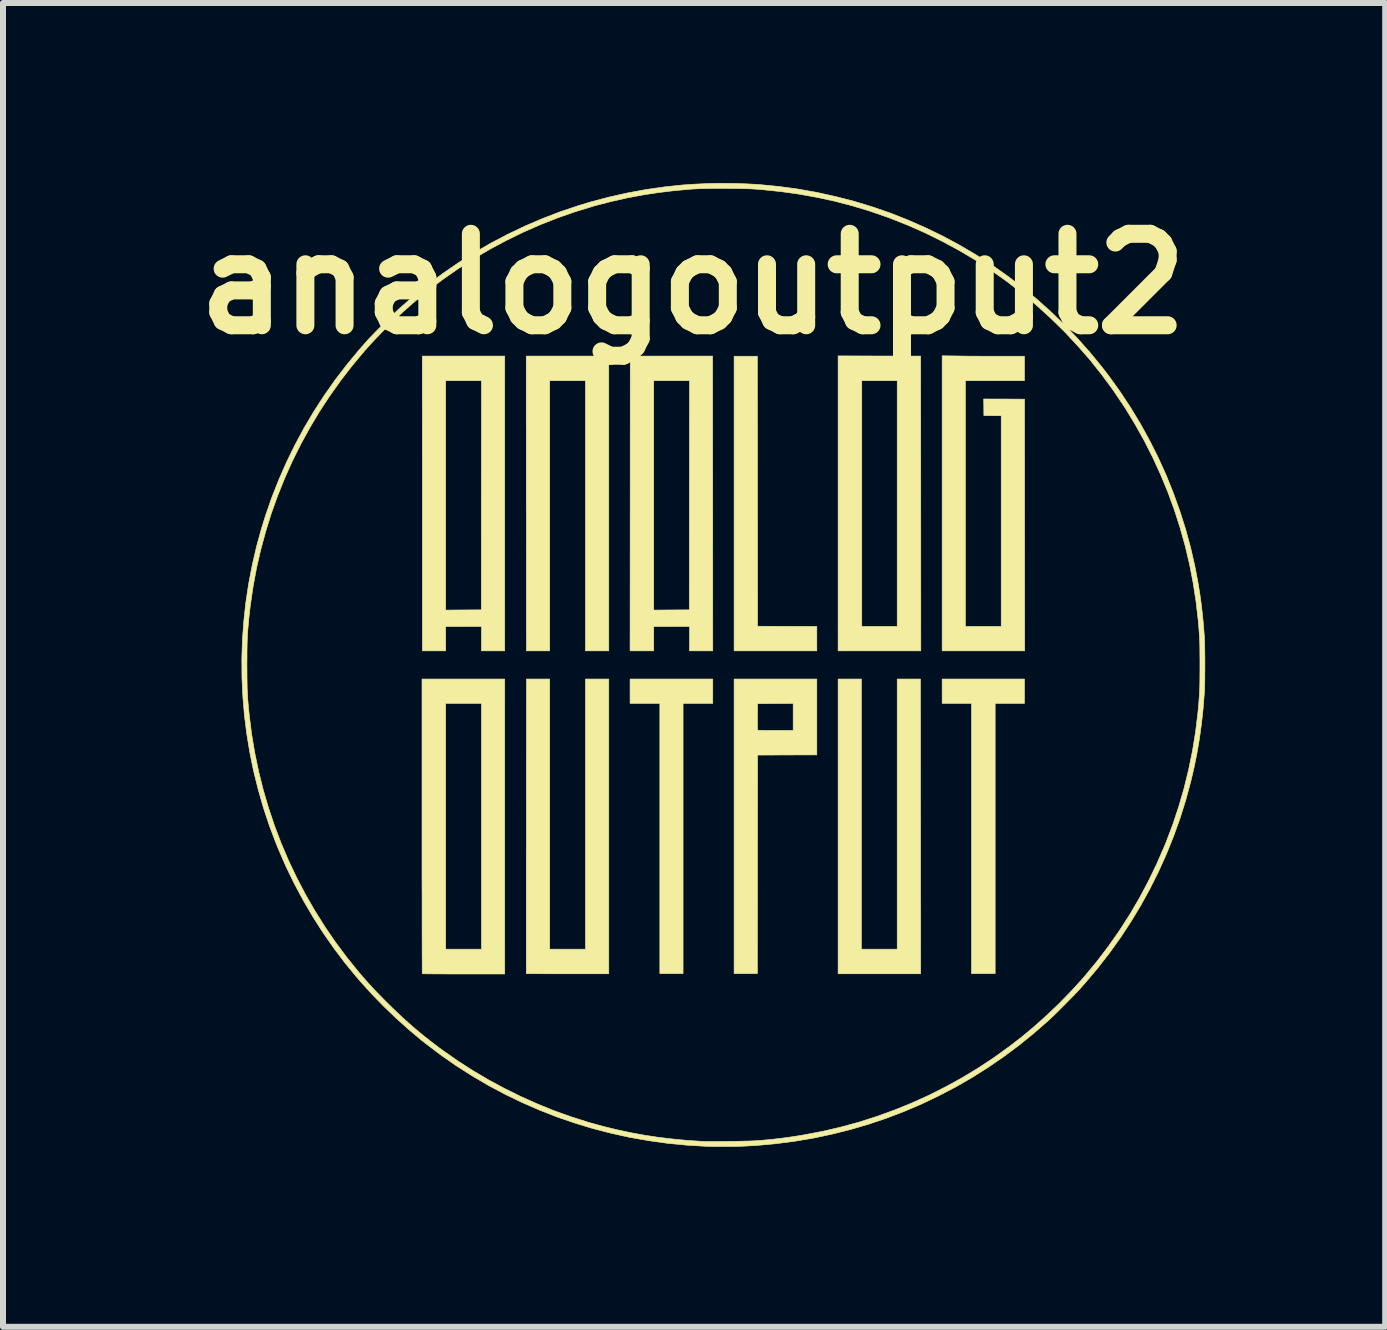
<source format=kicad_pcb>
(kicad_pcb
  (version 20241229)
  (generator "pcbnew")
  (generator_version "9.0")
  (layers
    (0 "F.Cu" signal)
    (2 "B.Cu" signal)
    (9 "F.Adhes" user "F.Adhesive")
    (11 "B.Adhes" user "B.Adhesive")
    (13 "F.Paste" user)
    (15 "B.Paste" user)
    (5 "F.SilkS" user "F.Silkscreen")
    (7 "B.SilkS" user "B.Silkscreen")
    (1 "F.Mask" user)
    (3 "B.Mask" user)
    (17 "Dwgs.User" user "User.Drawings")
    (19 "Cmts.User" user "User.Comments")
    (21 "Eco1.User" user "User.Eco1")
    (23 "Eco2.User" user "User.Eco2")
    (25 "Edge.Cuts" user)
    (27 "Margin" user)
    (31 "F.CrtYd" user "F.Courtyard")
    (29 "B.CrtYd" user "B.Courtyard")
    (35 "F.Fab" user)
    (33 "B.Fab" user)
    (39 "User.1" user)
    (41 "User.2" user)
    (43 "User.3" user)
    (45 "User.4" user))
  (footprint "analogoutput2"
    (layer "F.Cu")
    (at 9.006 8.031)
    (property "Reference" "analogoutput2" (at -0.508 -6.35 0) (layer "F.SilkS") (effects (font (size 1.524 1.524) (thickness 0.3))))
    (attr through_hole)
    (fp_poly (pts (xy -0.178 0.641) (xy -0.673 0.641) (xy -0.673 5.144) (xy -1.06 5.144) (xy -1.06 0.641) (xy -1.556 0.641) (xy -1.556 0.235) (xy -0.178 0.235) (xy -0.178 0.641)) (stroke (width 0.01) (type solid)) (fill yes) (layer "F.SilkS"))
    (fp_poly (pts (xy 0.567 -2.894) (xy 0.568 -0.645) (xy 1.062 -0.643) (xy 1.556 -0.641) (xy 1.556 -0.235) (xy 0.178 -0.235) (xy 0.178 -5.144) (xy 0.565 -5.144) (xy 0.567 -2.894)) (stroke (width 0.01) (type solid)) (fill yes) (layer "F.SilkS"))
    (fp_poly (pts (xy 5.016 0.641) (xy 4.528 0.641) (xy 4.528 5.144) (xy 4.134 5.144) (xy 4.134 0.641) (xy 3.645 0.641) (xy 3.645 0.235) (xy 5.016 0.235) (xy 5.016 0.641)) (stroke (width 0.01) (type solid)) (fill yes) (layer "F.SilkS"))
    (fp_poly (pts (xy 2.599 -5.148) (xy 3.286 -5.147) (xy 3.288 -2.691) (xy 3.289 -0.235) (xy 1.911 -0.235) (xy 1.911 -4.737) (xy 2.305 -4.737) (xy 2.305 -0.641) (xy 2.896 -0.641) (xy 2.896 -4.737) (xy 2.305 -4.737) (xy 1.911 -4.737) (xy 1.911 -5.15) (xy 2.599 -5.148)) (stroke (width 0.01) (type solid)) (fill yes) (layer "F.SilkS"))
    (fp_poly (pts (xy -0.179 -2.691) (xy -0.178 -0.235) (xy -0.565 -0.235) (xy -0.565 -0.641) (xy -1.162 -0.641) (xy -1.162 -0.235) (xy -1.556 -0.235) (xy -1.554 -2.691) (xy -1.553 -4.737) (xy -1.162 -4.737) (xy -1.162 -0.914) (xy -0.865 -0.916) (xy -0.568 -0.918) (xy -0.567 -2.827) (xy -0.565 -4.737) (xy -1.162 -4.737) (xy -1.553 -4.737) (xy -1.553 -5.147) (xy -0.181 -5.147) (xy -0.179 -2.691)) (stroke (width 0.01) (type solid)) (fill yes) (layer "F.SilkS"))
    (fp_poly (pts (xy 3.935 -5.148) (xy 3.999 -5.147) (xy 4.072 -5.146) (xy 4.153 -5.145) (xy 4.24 -5.145) (xy 4.329 -5.144) (xy 4.419 -5.144) (xy 4.507 -5.144) (xy 4.591 -5.144) (xy 4.621 -5.144) (xy 5.016 -5.144) (xy 5.016 -4.737) (xy 4.032 -4.737) (xy 4.032 -0.641) (xy 4.629 -0.641) (xy 4.629 -4.153) (xy 4.485 -4.154) (xy 4.34 -4.156) (xy 4.339 -4.294) (xy 4.337 -4.432) (xy 4.677 -4.431) (xy 5.017 -4.429) (xy 5.018 -2.332) (xy 5.02 -0.235) (xy 3.645 -0.235) (xy 3.645 -5.152) (xy 3.935 -5.148)) (stroke (width 0.01) (type solid)) (fill yes) (layer "F.SilkS"))
    (fp_poly (pts (xy -1.911 -0.235) (xy -2.299 -0.235) (xy -2.299 -4.737) (xy -2.896 -4.737) (xy -2.896 -0.235) (xy -3.283 -0.235) (xy -3.284 -2.486) (xy -3.285 -2.657) (xy -3.285 -2.825) (xy -3.285 -2.991) (xy -3.285 -3.153) (xy -3.285 -3.312) (xy -3.285 -3.466) (xy -3.285 -3.616) (xy -3.285 -3.76) (xy -3.285 -3.899) (xy -3.286 -4.032) (xy -3.286 -4.157) (xy -3.286 -4.276) (xy -3.286 -4.386) (xy -3.286 -4.488) (xy -3.286 -4.582) (xy -3.286 -4.666) (xy -3.286 -4.74) (xy -3.286 -4.804) (xy -3.286 -4.857) (xy -3.286 -4.899) (xy -3.286 -4.929) (xy -3.286 -4.942) (xy -3.286 -5.147) (xy -2.599 -5.147) (xy -1.911 -5.147) (xy -1.911 -0.235)) (stroke (width 0.01) (type solid)) (fill yes) (layer "F.SilkS"))
    (fp_poly (pts (xy 1.556 1.499) (xy 1.062 1.5) (xy 0.568 1.502) (xy 0.567 3.323) (xy 0.565 5.144) (xy 0.178 5.144) (xy 0.178 0.959) (xy 0.566 0.959) (xy 0.566 1.001) (xy 0.567 1.036) (xy 0.567 1.063) (xy 0.568 1.079) (xy 0.568 1.084) (xy 0.571 1.086) (xy 0.58 1.088) (xy 0.596 1.089) (xy 0.619 1.09) (xy 0.65 1.091) (xy 0.691 1.092) (xy 0.741 1.092) (xy 0.803 1.092) (xy 0.867 1.092) (xy 1.162 1.092) (xy 1.162 0.641) (xy 0.865 0.643) (xy 0.568 0.645) (xy 0.567 0.86) (xy 0.566 0.912) (xy 0.566 0.959) (xy 0.178 0.959) (xy 0.178 0.235) (xy 1.556 0.235) (xy 1.556 1.499)) (stroke (width 0.01) (type solid)) (fill yes) (layer "F.SilkS"))
    (fp_poly (pts (xy 2.299 4.737) (xy 2.896 4.737) (xy 2.896 0.235) (xy 3.283 0.235) (xy 3.284 2.486) (xy 3.285 2.657) (xy 3.285 2.825) (xy 3.285 2.991) (xy 3.285 3.153) (xy 3.285 3.312) (xy 3.285 3.466) (xy 3.285 3.616) (xy 3.285 3.76) (xy 3.285 3.899) (xy 3.286 4.032) (xy 3.286 4.157) (xy 3.286 4.276) (xy 3.286 4.386) (xy 3.286 4.488) (xy 3.286 4.582) (xy 3.286 4.666) (xy 3.286 4.74) (xy 3.286 4.804) (xy 3.286 4.857) (xy 3.286 4.899) (xy 3.286 4.929) (xy 3.286 4.942) (xy 3.286 5.147) (xy 2.599 5.147) (xy 1.911 5.147) (xy 1.911 0.235) (xy 2.299 0.235) (xy 2.299 4.737)) (stroke (width 0.01) (type solid)) (fill yes) (layer "F.SilkS"))
    (fp_poly (pts (xy -3.645 -0.235) (xy -4.032 -0.235) (xy -4.032 -0.641) (xy -4.629 -0.641) (xy -4.629 -0.235) (xy -5.016 -0.235) (xy -5.017 -0.437) (xy -5.017 -0.458) (xy -5.017 -0.492) (xy -5.017 -0.537) (xy -5.017 -0.594) (xy -5.017 -0.662) (xy -5.017 -0.739) (xy -5.017 -0.826) (xy -5.017 -0.923) (xy -5.017 -1.028) (xy -5.017 -1.141) (xy -5.017 -1.261) (xy -5.017 -1.389) (xy -5.017 -1.524) (xy -5.017 -1.664) (xy -5.017 -1.811) (xy -5.017 -1.962) (xy -5.017 -2.118) (xy -5.017 -2.278) (xy -5.017 -2.441) (xy -5.017 -2.608) (xy -5.017 -2.777) (xy -5.017 -2.892) (xy -5.018 -4.737) (xy -4.629 -4.737) (xy -4.629 -0.914) (xy -4.332 -0.916) (xy -4.035 -0.918) (xy -4.034 -2.827) (xy -4.032 -4.737) (xy -4.629 -4.737) (xy -5.018 -4.737) (xy -5.018 -5.147) (xy -4.331 -5.147) (xy -3.645 -5.147) (xy -3.645 -0.235)) (stroke (width 0.01) (type solid)) (fill yes) (layer "F.SilkS"))
    (fp_poly (pts (xy -2.896 4.737) (xy -2.299 4.737) (xy -2.299 0.235) (xy -1.911 0.235) (xy -1.911 5.147) (xy -2.598 5.147) (xy -2.69 5.147) (xy -2.778 5.147) (xy -2.863 5.147) (xy -2.942 5.147) (xy -3.014 5.146) (xy -3.08 5.146) (xy -3.138 5.146) (xy -3.188 5.145) (xy -3.228 5.145) (xy -3.259 5.145) (xy -3.278 5.144) (xy -3.285 5.144) (xy -3.285 5.144) (xy -3.285 5.137) (xy -3.285 5.118) (xy -3.285 5.088) (xy -3.285 5.046) (xy -3.285 4.993) (xy -3.285 4.929) (xy -3.285 4.856) (xy -3.285 4.772) (xy -3.285 4.68) (xy -3.285 4.578) (xy -3.285 4.469) (xy -3.285 4.351) (xy -3.285 4.226) (xy -3.285 4.094) (xy -3.285 3.955) (xy -3.285 3.81) (xy -3.285 3.659) (xy -3.285 3.503) (xy -3.285 3.342) (xy -3.285 3.177) (xy -3.284 3.007) (xy -3.284 2.834) (xy -3.284 2.688) (xy -3.282 0.235) (xy -2.896 0.235) (xy -2.896 4.737)) (stroke (width 0.01) (type solid)) (fill yes) (layer "F.SilkS"))
    (fp_poly (pts (xy -3.645 5.15) (xy -4.33 5.15) (xy -4.422 5.15) (xy -4.51 5.15) (xy -4.595 5.15) (xy -4.674 5.149) (xy -4.747 5.149) (xy -4.813 5.149) (xy -4.871 5.148) (xy -4.921 5.148) (xy -4.961 5.147) (xy -4.992 5.147) (xy -5.011 5.146) (xy -5.019 5.146) (xy -5.019 5.146) (xy -5.019 5.139) (xy -5.019 5.12) (xy -5.02 5.089) (xy -5.02 5.047) (xy -5.02 4.994) (xy -5.02 4.931) (xy -5.021 4.857) (xy -5.021 4.774) (xy -5.021 4.681) (xy -5.021 4.58) (xy -5.022 4.47) (xy -5.022 4.352) (xy -5.022 4.227) (xy -5.022 4.095) (xy -5.022 3.956) (xy -5.022 3.811) (xy -5.023 3.66) (xy -5.023 3.504) (xy -5.023 3.343) (xy -5.023 3.178) (xy -5.023 3.008) (xy -5.023 2.835) (xy -5.023 2.688) (xy -5.023 0.641) (xy -4.629 0.641) (xy -4.629 4.737) (xy -4.032 4.737) (xy -4.032 0.641) (xy -4.629 0.641) (xy -5.023 0.641) (xy -5.023 0.235) (xy -3.645 0.235) (xy -3.645 5.15)) (stroke (width 0.01) (type solid)) (fill yes) (layer "F.SilkS"))
    (fp_poly (pts (xy 0.175 -8.024) (xy 0.391 -8.017) (xy 0.599 -8.005) (xy 0.61 -8.004) (xy 0.928 -7.973) (xy 1.245 -7.93) (xy 1.558 -7.874) (xy 1.868 -7.806) (xy 2.175 -7.727) (xy 2.478 -7.635) (xy 2.777 -7.532) (xy 3.071 -7.416) (xy 3.361 -7.289) (xy 3.646 -7.151) (xy 3.926 -7.001) (xy 4.2 -6.84) (xy 4.469 -6.668) (xy 4.724 -6.489) (xy 4.972 -6.301) (xy 5.214 -6.103) (xy 5.448 -5.894) (xy 5.675 -5.676) (xy 5.893 -5.45) (xy 6.102 -5.215) (xy 6.3 -4.974) (xy 6.434 -4.8) (xy 6.619 -4.541) (xy 6.793 -4.276) (xy 6.957 -4.004) (xy 7.109 -3.726) (xy 7.251 -3.443) (xy 7.381 -3.155) (xy 7.499 -2.861) (xy 7.606 -2.563) (xy 7.702 -2.261) (xy 7.785 -1.956) (xy 7.856 -1.647) (xy 7.909 -1.368) (xy 7.937 -1.196) (xy 7.961 -1.025) (xy 7.981 -0.852) (xy 7.999 -0.674) (xy 8.013 -0.488) (xy 8.015 -0.46) (xy 8.017 -0.42) (xy 8.019 -0.369) (xy 8.02 -0.309) (xy 8.021 -0.241) (xy 8.022 -0.168) (xy 8.023 -0.091) (xy 8.023 -0.012) (xy 8.023 0.068) (xy 8.022 0.145) (xy 8.022 0.22) (xy 8.021 0.289) (xy 8.019 0.351) (xy 8.018 0.405) (xy 8.016 0.448) (xy 8.015 0.457) (xy 7.994 0.725) (xy 7.966 0.984) (xy 7.931 1.236) (xy 7.889 1.483) (xy 7.839 1.726) (xy 7.788 1.943) (xy 7.704 2.253) (xy 7.608 2.559) (xy 7.5 2.859) (xy 7.381 3.154) (xy 7.251 3.443) (xy 7.109 3.727) (xy 6.956 4.005) (xy 6.792 4.277) (xy 6.617 4.543) (xy 6.431 4.803) (xy 6.234 5.056) (xy 6.026 5.302) (xy 5.954 5.383) (xy 5.922 5.418) (xy 5.883 5.46) (xy 5.837 5.508) (xy 5.787 5.559) (xy 5.734 5.613) (xy 5.68 5.668) (xy 5.625 5.723) (xy 5.573 5.775) (xy 5.523 5.824) (xy 5.478 5.867) (xy 5.439 5.903) (xy 5.42 5.922) (xy 5.177 6.134) (xy 4.928 6.336) (xy 4.672 6.527) (xy 4.41 6.707) (xy 4.142 6.876) (xy 3.868 7.034) (xy 3.588 7.18) (xy 3.304 7.316) (xy 3.014 7.44) (xy 2.72 7.552) (xy 2.421 7.653) (xy 2.118 7.742) (xy 1.811 7.819) (xy 1.501 7.885) (xy 1.186 7.938) (xy 0.869 7.979) (xy 0.549 8.008) (xy 0.333 8.02) (xy 0.294 8.021) (xy 0.245 8.023) (xy 0.187 8.024) (xy 0.124 8.024) (xy 0.058 8.025) (xy -0.01 8.025) (xy -0.076 8.025) (xy -0.139 8.025) (xy -0.196 8.024) (xy -0.246 8.023) (xy -0.285 8.022) (xy -0.289 8.022) (xy -0.611 8.003) (xy -0.93 7.972) (xy -1.246 7.928) (xy -1.56 7.873) (xy -1.869 7.805) (xy -2.176 7.726) (xy -2.478 7.634) (xy -2.776 7.532) (xy -3.069 7.417) (xy -3.358 7.291) (xy -3.641 7.154) (xy -3.919 7.006) (xy -4.191 6.846) (xy -4.458 6.676) (xy -4.718 6.494) (xy -4.971 6.302) (xy -5.026 6.259) (xy -5.237 6.082) (xy -5.446 5.895) (xy -5.651 5.699) (xy -5.849 5.496) (xy -6.038 5.288) (xy -6.106 5.21) (xy -6.304 4.97) (xy -6.492 4.72) (xy -6.672 4.463) (xy -6.841 4.198) (xy -7 3.927) (xy -7.149 3.649) (xy -7.287 3.366) (xy -7.413 3.077) (xy -7.455 2.975) (xy -7.567 2.678) (xy -7.667 2.377) (xy -7.754 2.073) (xy -7.83 1.767) (xy -7.893 1.458) (xy -7.944 1.148) (xy -7.983 0.836) (xy -8.009 0.524) (xy -8.024 0.21) (xy -8.025 0) (xy -7.941 0) (xy -7.94 0.096) (xy -7.94 0.182) (xy -7.939 0.258) (xy -7.938 0.326) (xy -7.937 0.389) (xy -7.934 0.449) (xy -7.931 0.505) (xy -7.928 0.562) (xy -7.923 0.62) (xy -7.918 0.68) (xy -7.912 0.746) (xy -7.904 0.818) (xy -7.902 0.838) (xy -7.863 1.152) (xy -7.811 1.463) (xy -7.747 1.771) (xy -7.671 2.076) (xy -7.583 2.377) (xy -7.483 2.675) (xy -7.372 2.968) (xy -7.249 3.256) (xy -7.114 3.54) (xy -6.969 3.818) (xy -6.812 4.091) (xy -6.645 4.358) (xy -6.467 4.618) (xy -6.278 4.872) (xy -6.084 5.112) (xy -6.025 5.181) (xy -5.968 5.247) (xy -5.912 5.31) (xy -5.854 5.373) (xy -5.792 5.439) (xy -5.725 5.508) (xy -5.652 5.582) (xy -5.62 5.614) (xy -5.492 5.74) (xy -5.368 5.858) (xy -5.246 5.968) (xy -5.124 6.074) (xy -5 6.177) (xy -4.871 6.278) (xy -4.736 6.381) (xy -4.663 6.434) (xy -4.421 6.603) (xy -4.17 6.764) (xy -3.911 6.917) (xy -3.645 7.06) (xy -3.375 7.193) (xy -3.1 7.316) (xy -2.822 7.429) (xy -2.542 7.529) (xy -2.261 7.618) (xy -2.226 7.629) (xy -1.996 7.692) (xy -1.77 7.747) (xy -1.545 7.795) (xy -1.32 7.836) (xy -1.092 7.871) (xy -0.858 7.899) (xy -0.618 7.922) (xy -0.368 7.939) (xy -0.349 7.94) (xy -0.321 7.941) (xy -0.282 7.942) (xy -0.234 7.942) (xy -0.177 7.942) (xy -0.114 7.942) (xy -0.046 7.942) (xy 0.025 7.941) (xy 0.097 7.94) (xy 0.17 7.939) (xy 0.241 7.938) (xy 0.309 7.937) (xy 0.372 7.935) (xy 0.429 7.934) (xy 0.478 7.932) (xy 0.518 7.93) (xy 0.546 7.929) (xy 0.691 7.917) (xy 0.826 7.904) (xy 0.955 7.889) (xy 1.083 7.872) (xy 1.212 7.853) (xy 1.34 7.832) (xy 1.649 7.773) (xy 1.956 7.702) (xy 2.259 7.619) (xy 2.559 7.523) (xy 2.854 7.416) (xy 3.145 7.298) (xy 3.431 7.168) (xy 3.712 7.026) (xy 3.987 6.874) (xy 4.256 6.711) (xy 4.518 6.537) (xy 4.774 6.352) (xy 4.982 6.191) (xy 5.19 6.017) (xy 5.394 5.834) (xy 5.594 5.643) (xy 5.785 5.447) (xy 5.967 5.248) (xy 6.022 5.185) (xy 6.225 4.939) (xy 6.418 4.686) (xy 6.6 4.426) (xy 6.771 4.16) (xy 6.931 3.887) (xy 7.08 3.607) (xy 7.218 3.322) (xy 7.345 3.031) (xy 7.376 2.955) (xy 7.489 2.657) (xy 7.589 2.356) (xy 7.677 2.052) (xy 7.752 1.745) (xy 7.816 1.435) (xy 7.867 1.123) (xy 7.905 0.809) (xy 7.912 0.74) (xy 7.918 0.674) (xy 7.923 0.616) (xy 7.927 0.562) (xy 7.931 0.511) (xy 7.934 0.461) (xy 7.936 0.411) (xy 7.938 0.359) (xy 7.939 0.302) (xy 7.94 0.24) (xy 7.94 0.171) (xy 7.941 0.093) (xy 7.941 0.003) (xy 7.941 0) (xy 7.941 -0.09) (xy 7.94 -0.169) (xy 7.94 -0.238) (xy 7.939 -0.3) (xy 7.938 -0.357) (xy 7.936 -0.409) (xy 7.934 -0.459) (xy 7.931 -0.509) (xy 7.927 -0.56) (xy 7.923 -0.614) (xy 7.918 -0.672) (xy 7.912 -0.738) (xy 7.912 -0.74) (xy 7.876 -1.053) (xy 7.828 -1.365) (xy 7.768 -1.674) (xy 7.696 -1.98) (xy 7.611 -2.283) (xy 7.515 -2.582) (xy 7.407 -2.878) (xy 7.287 -3.168) (xy 7.156 -3.454) (xy 7.014 -3.735) (xy 6.86 -4.01) (xy 6.696 -4.28) (xy 6.52 -4.542) (xy 6.491 -4.585) (xy 6.304 -4.838) (xy 6.107 -5.085) (xy 5.899 -5.323) (xy 5.683 -5.554) (xy 5.456 -5.776) (xy 5.221 -5.99) (xy 4.977 -6.195) (xy 4.953 -6.214) (xy 4.709 -6.401) (xy 4.457 -6.579) (xy 4.197 -6.748) (xy 3.929 -6.907) (xy 3.655 -7.055) (xy 3.375 -7.194) (xy 3.089 -7.321) (xy 2.799 -7.437) (xy 2.718 -7.467) (xy 2.434 -7.565) (xy 2.148 -7.651) (xy 1.859 -7.727) (xy 1.564 -7.791) (xy 1.265 -7.845) (xy 0.96 -7.888) (xy 0.649 -7.92) (xy 0.54 -7.929) (xy 0.489 -7.932) (xy 0.427 -7.935) (xy 0.355 -7.937) (xy 0.277 -7.939) (xy 0.193 -7.94) (xy 0.105 -7.941) (xy 0.015 -7.941) (xy -0.076 -7.941) (xy -0.165 -7.941) (xy -0.25 -7.94) (xy -0.331 -7.938) (xy -0.404 -7.936) (xy -0.47 -7.933) (xy -0.525 -7.93) (xy -0.54 -7.929) (xy -0.816 -7.904) (xy -1.083 -7.872) (xy -1.344 -7.832) (xy -1.6 -7.784) (xy -1.854 -7.727) (xy -2.108 -7.662) (xy -2.157 -7.648) (xy -2.457 -7.557) (xy -2.753 -7.454) (xy -3.046 -7.339) (xy -3.333 -7.213) (xy -3.616 -7.075) (xy -3.893 -6.927) (xy -4.164 -6.767) (xy -4.428 -6.598) (xy -4.685 -6.418) (xy -4.935 -6.229) (xy -5.07 -6.119) (xy -5.215 -5.995) (xy -5.361 -5.864) (xy -5.507 -5.727) (xy -5.65 -5.587) (xy -5.787 -5.446) (xy -5.916 -5.307) (xy -5.979 -5.236) (xy -6.182 -4.993) (xy -6.376 -4.743) (xy -6.559 -4.486) (xy -6.732 -4.223) (xy -6.893 -3.953) (xy -7.044 -3.678) (xy -7.184 -3.397) (xy -7.312 -3.111) (xy -7.429 -2.82) (xy -7.535 -2.525) (xy -7.628 -2.226) (xy -7.71 -1.923) (xy -7.781 -1.617) (xy -7.838 -1.307) (xy -7.884 -0.995) (xy -7.902 -0.838) (xy -7.91 -0.764) (xy -7.916 -0.697) (xy -7.922 -0.635) (xy -7.927 -0.577) (xy -7.931 -0.52) (xy -7.934 -0.463) (xy -7.936 -0.405) (xy -7.938 -0.343) (xy -7.939 -0.276) (xy -7.94 -0.202) (xy -7.94 -0.119) (xy -7.941 -0.026) (xy -7.941 0) (xy -8.025 0) (xy -8.026 -0.104) (xy -8.016 -0.418) (xy -7.993 -0.731) (xy -7.959 -1.044) (xy -7.912 -1.355) (xy -7.852 -1.665) (xy -7.781 -1.973) (xy -7.697 -2.278) (xy -7.629 -2.496) (xy -7.524 -2.797) (xy -7.407 -3.093) (xy -7.279 -3.383) (xy -7.139 -3.669) (xy -6.989 -3.948) (xy -6.827 -4.222) (xy -6.654 -4.489) (xy -6.471 -4.749) (xy -6.277 -5.002) (xy -6.073 -5.249) (xy -5.922 -5.42) (xy -5.892 -5.452) (xy -5.854 -5.491) (xy -5.811 -5.536) (xy -5.763 -5.585) (xy -5.712 -5.636) (xy -5.66 -5.688) (xy -5.608 -5.74) (xy -5.558 -5.789) (xy -5.511 -5.835) (xy -5.469 -5.875) (xy -5.433 -5.909) (xy -5.42 -5.922) (xy -5.179 -6.133) (xy -4.931 -6.334) (xy -4.676 -6.524) (xy -4.414 -6.704) (xy -4.145 -6.874) (xy -3.87 -7.032) (xy -3.59 -7.179) (xy -3.304 -7.315) (xy -3.012 -7.44) (xy -2.715 -7.554) (xy -2.414 -7.655) (xy -2.223 -7.713) (xy -1.914 -7.795) (xy -1.602 -7.865) (xy -1.287 -7.923) (xy -0.97 -7.968) (xy -0.686 -7.998) (xy -0.478 -8.012) (xy -0.263 -8.022) (xy -0.044 -8.026) (xy 0.175 -8.024)) (stroke (width 0.01) (type solid)) (fill yes) (layer "F.SilkS")))
  (gr_rect
    (start -3 -3)
    (end 20.034 19.061)
    (stroke (width 0.1) (type default))
    (fill no)
    (layer "Edge.Cuts")))
</source>
